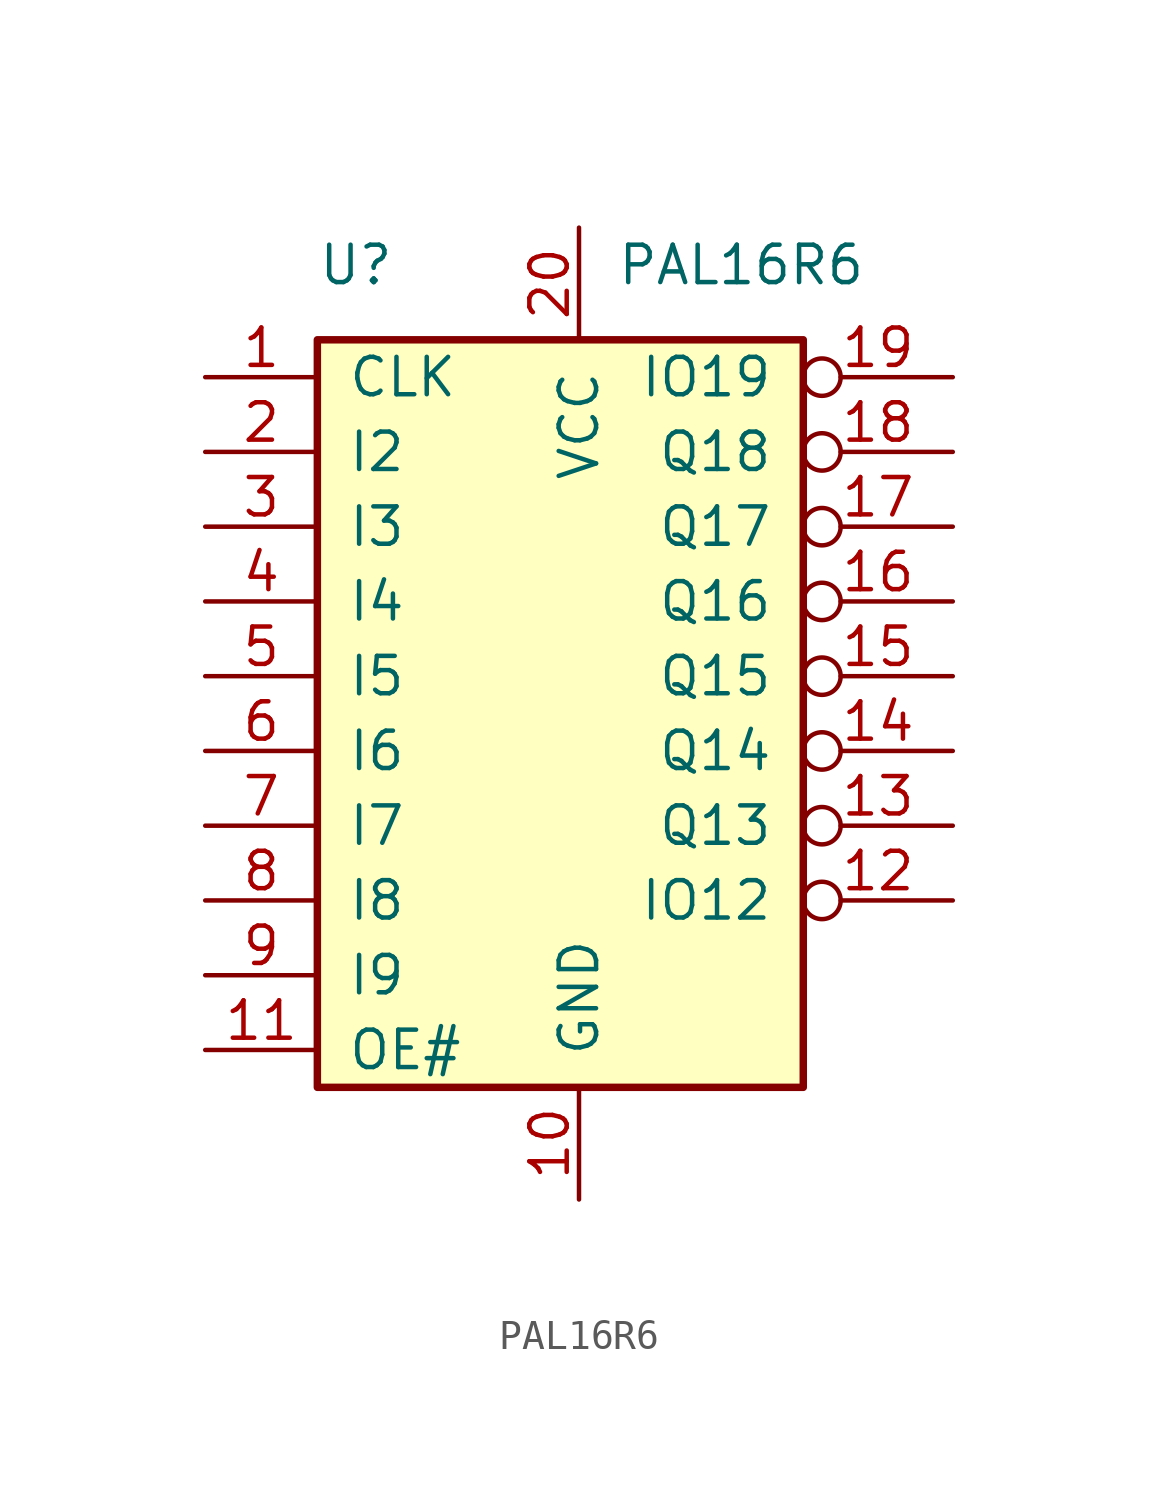
<source format=kicad_sym>
(kicad_symbol_lib
  (version 20231120)
  (generator "kicad_symbol_editor")
  (generator_version "8.0")
  (symbol "PAL16R6"
    (pin_names
      (offset 1.016))
    (property "Reference" "U"
      (at -8.89 16.51 0)
      (effects (font (size 1.27 1.27)) (justify left)))
    (property "Value" "PAL16R6"
      (at 1.27 16.51 0)
      (effects (font (size 1.27 1.27)) (justify left)))
    (symbol "PAL16R6_0_0"
      (pin power_in line (at 0 -15.24 90) (length 3.81) (name "GND" (effects (font (size 1.27 1.27)))) (number "10" (effects (font (size 1.27 1.27)))))
      (pin power_in line (at 0 17.78 270) (length 3.81) (name "VCC" (effects (font (size 1.27 1.27)))) (number "20" (effects (font (size 1.27 1.27))))))
    (symbol "PAL16R6_0_1"
      (rectangle (start -8.89 13.97) (end 7.62 -11.43) (stroke (width 0.254) (type default)) (fill (type background))))
    (symbol "PAL16R6_1_1"
      (pin input line (at -12.7 12.7 0) (length 3.81) (name "CLK" (effects (font (size 1.27 1.27)))) (number "1" (effects (font (size 1.27 1.27)))))
      (pin input line (at -12.7 -10.16 0) (length 3.81) (name "OE#" (effects (font (size 1.27 1.27)))) (number "11" (effects (font (size 1.27 1.27)))))
      (pin tri_state inverted (at 12.7 -5.08 180) (length 5.08) (name "IO12" (effects (font (size 1.27 1.27)))) (number "12" (effects (font (size 1.27 1.27)))))
      (pin tri_state inverted (at 12.7 -2.54 180) (length 5.08) (name "Q13" (effects (font (size 1.27 1.27)))) (number "13" (effects (font (size 1.27 1.27)))))
      (pin tri_state inverted (at 12.7 0 180) (length 5.08) (name "Q14" (effects (font (size 1.27 1.27)))) (number "14" (effects (font (size 1.27 1.27)))))
      (pin tri_state inverted (at 12.7 2.54 180) (length 5.08) (name "Q15" (effects (font (size 1.27 1.27)))) (number "15" (effects (font (size 1.27 1.27)))))
      (pin tri_state inverted (at 12.7 5.08 180) (length 5.08) (name "Q16" (effects (font (size 1.27 1.27)))) (number "16" (effects (font (size 1.27 1.27)))))
      (pin tri_state inverted (at 12.7 7.62 180) (length 5.08) (name "Q17" (effects (font (size 1.27 1.27)))) (number "17" (effects (font (size 1.27 1.27)))))
      (pin tri_state inverted (at 12.7 10.16 180) (length 5.08) (name "Q18" (effects (font (size 1.27 1.27)))) (number "18" (effects (font (size 1.27 1.27)))))
      (pin tri_state inverted (at 12.7 12.7 180) (length 5.08) (name "IO19" (effects (font (size 1.27 1.27)))) (number "19" (effects (font (size 1.27 1.27)))))
      (pin input line (at -12.7 10.16 0) (length 3.81) (name "I2" (effects (font (size 1.27 1.27)))) (number "2" (effects (font (size 1.27 1.27)))))
      (pin input line (at -12.7 7.62 0) (length 3.81) (name "I3" (effects (font (size 1.27 1.27)))) (number "3" (effects (font (size 1.27 1.27)))))
      (pin input line (at -12.7 5.08 0) (length 3.81) (name "I4" (effects (font (size 1.27 1.27)))) (number "4" (effects (font (size 1.27 1.27)))))
      (pin input line (at -12.7 2.54 0) (length 3.81) (name "I5" (effects (font (size 1.27 1.27)))) (number "5" (effects (font (size 1.27 1.27)))))
      (pin input line (at -12.7 0 0) (length 3.81) (name "I6" (effects (font (size 1.27 1.27)))) (number "6" (effects (font (size 1.27 1.27)))))
      (pin input line (at -12.7 -2.54 0) (length 3.81) (name "I7" (effects (font (size 1.27 1.27)))) (number "7" (effects (font (size 1.27 1.27)))))
      (pin input line (at -12.7 -5.08 0) (length 3.81) (name "I8" (effects (font (size 1.27 1.27)))) (number "8" (effects (font (size 1.27 1.27)))))
      (pin input line (at -12.7 -7.62 0) (length 3.81) (name "I9" (effects (font (size 1.27 1.27)))) (number "9" (effects (font (size 1.27 1.27))))))))
</source>
